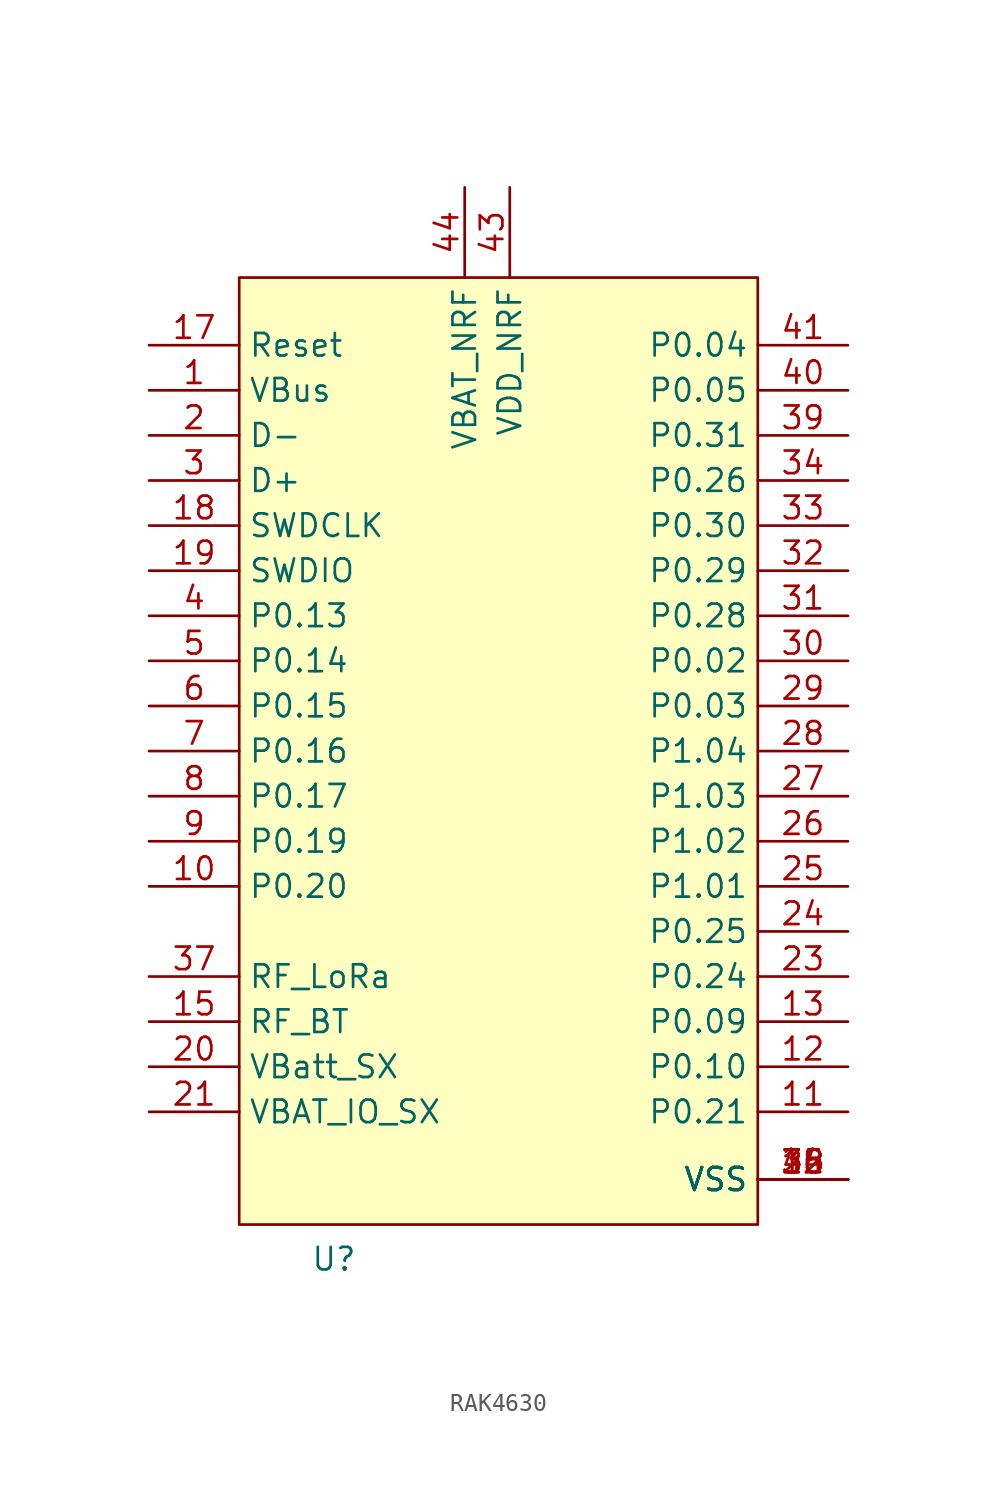
<source format=kicad_sym>
(kicad_symbol_lib
  (version 20231120)
  (generator "kicad_symbol_editor")
  (generator_version "8.0")
  (symbol "RAK4630"
    (property "Reference" "U"
      (at -11.176 -29.886 0)
      (effects (font (size 1.27 1.27))))
    (property "Value" ""
      (at -8.89 8.89 0)
      (effects (font (size 1.27 1.27))))
    (symbol "RAK4630_1_1"
      (rectangle (start -16.51 25.4) (end 12.7 -27.94) (stroke (width 0) (type default)) (fill (type background)))
      (pin input line (at -21.59 19.05 0) (length 5.08) (name "VBus" (effects (font (size 1.27 1.27)))) (number "1" (effects (font (size 1.27 1.27)))))
      (pin input line (at -21.59 -8.89 0) (length 5.08) (name "P0.20" (effects (font (size 1.27 1.27)))) (number "10" (effects (font (size 1.27 1.27)))))
      (pin input line (at 17.78 -21.59 180) (length 5.08) (name "P0.21" (effects (font (size 1.27 1.27)))) (number "11" (effects (font (size 1.27 1.27)))))
      (pin input line (at 17.78 -19.05 180) (length 5.08) (name "P0.10" (effects (font (size 1.27 1.27)))) (number "12" (effects (font (size 1.27 1.27)))))
      (pin input line (at 17.78 -16.51 180) (length 5.08) (name "P0.09" (effects (font (size 1.27 1.27)))) (number "13" (effects (font (size 1.27 1.27)))))
      (pin input line (at 17.78 -25.4 180) (length 5.08) (name "VSS" (effects (font (size 1.27 1.27)))) (number "14" (effects (font (size 1.27 1.27)))))
      (pin input line (at -21.59 -16.51 0) (length 5.08) (name "RF_BT" (effects (font (size 1.27 1.27)))) (number "15" (effects (font (size 1.27 1.27)))))
      (pin input line (at 17.78 -25.4 180) (length 5.08) (name "VSS" (effects (font (size 1.27 1.27)))) (number "16" (effects (font (size 1.27 1.27)))))
      (pin input line (at -21.59 21.59 0) (length 5.08) (name "Reset" (effects (font (size 1.27 1.27)))) (number "17" (effects (font (size 1.27 1.27)))))
      (pin input line (at -21.59 11.43 0) (length 5.08) (name "SWDCLK" (effects (font (size 1.27 1.27)))) (number "18" (effects (font (size 1.27 1.27)))))
      (pin input line (at -21.59 8.89 0) (length 5.08) (name "SWDIO" (effects (font (size 1.27 1.27)))) (number "19" (effects (font (size 1.27 1.27)))))
      (pin input line (at -21.59 16.51 0) (length 5.08) (name "D-" (effects (font (size 1.27 1.27)))) (number "2" (effects (font (size 1.27 1.27)))))
      (pin input line (at -21.59 -19.05 0) (length 5.08) (name "VBatt_SX" (effects (font (size 1.27 1.27)))) (number "20" (effects (font (size 1.27 1.27)))))
      (pin input line (at -21.59 -21.59 0) (length 5.08) (name "VBAT_IO_SX" (effects (font (size 1.27 1.27)))) (number "21" (effects (font (size 1.27 1.27)))))
      (pin input line (at 17.78 -25.4 180) (length 5.08) (name "VSS" (effects (font (size 1.27 1.27)))) (number "22" (effects (font (size 1.27 1.27)))))
      (pin input line (at 17.78 -13.97 180) (length 5.08) (name "P0.24" (effects (font (size 1.27 1.27)))) (number "23" (effects (font (size 1.27 1.27)))))
      (pin input line (at 17.78 -11.43 180) (length 5.08) (name "P0.25" (effects (font (size 1.27 1.27)))) (number "24" (effects (font (size 1.27 1.27)))))
      (pin input line (at 17.78 -8.89 180) (length 5.08) (name "P1.01" (effects (font (size 1.27 1.27)))) (number "25" (effects (font (size 1.27 1.27)))))
      (pin input line (at 17.78 -6.35 180) (length 5.08) (name "P1.02" (effects (font (size 1.27 1.27)))) (number "26" (effects (font (size 1.27 1.27)))))
      (pin input line (at 17.78 -3.81 180) (length 5.08) (name "P1.03" (effects (font (size 1.27 1.27)))) (number "27" (effects (font (size 1.27 1.27)))))
      (pin input line (at 17.78 -1.27 180) (length 5.08) (name "P1.04" (effects (font (size 1.27 1.27)))) (number "28" (effects (font (size 1.27 1.27)))))
      (pin input line (at 17.78 1.27 180) (length 5.08) (name "P0.03" (effects (font (size 1.27 1.27)))) (number "29" (effects (font (size 1.27 1.27)))))
      (pin input line (at -21.59 13.97 0) (length 5.08) (name "D+" (effects (font (size 1.27 1.27)))) (number "3" (effects (font (size 1.27 1.27)))))
      (pin input line (at 17.78 3.81 180) (length 5.08) (name "P0.02" (effects (font (size 1.27 1.27)))) (number "30" (effects (font (size 1.27 1.27)))))
      (pin input line (at 17.78 6.35 180) (length 5.08) (name "P0.28" (effects (font (size 1.27 1.27)))) (number "31" (effects (font (size 1.27 1.27)))))
      (pin input line (at 17.78 8.89 180) (length 5.08) (name "P0.29" (effects (font (size 1.27 1.27)))) (number "32" (effects (font (size 1.27 1.27)))))
      (pin input line (at 17.78 11.43 180) (length 5.08) (name "P0.30" (effects (font (size 1.27 1.27)))) (number "33" (effects (font (size 1.27 1.27)))))
      (pin input line (at 17.78 13.97 180) (length 5.08) (name "P0.26" (effects (font (size 1.27 1.27)))) (number "34" (effects (font (size 1.27 1.27)))))
      (pin input line (at 17.78 -25.4 180) (length 5.08) (name "VSS" (effects (font (size 1.27 1.27)))) (number "35" (effects (font (size 1.27 1.27)))))
      (pin input line (at 17.78 -25.4 180) (length 5.08) (name "VSS" (effects (font (size 1.27 1.27)))) (number "36" (effects (font (size 1.27 1.27)))))
      (pin input line (at -21.59 -13.97 0) (length 5.08) (name "RF_LoRa" (effects (font (size 1.27 1.27)))) (number "37" (effects (font (size 1.27 1.27)))))
      (pin input line (at 17.78 -25.4 180) (length 5.08) (name "VSS" (effects (font (size 1.27 1.27)))) (number "38" (effects (font (size 1.27 1.27)))))
      (pin input line (at 17.78 16.51 180) (length 5.08) (name "P0.31" (effects (font (size 1.27 1.27)))) (number "39" (effects (font (size 1.27 1.27)))))
      (pin input line (at -21.59 6.35 0) (length 5.08) (name "P0.13" (effects (font (size 1.27 1.27)))) (number "4" (effects (font (size 1.27 1.27)))))
      (pin input line (at 17.78 19.05 180) (length 5.08) (name "P0.05" (effects (font (size 1.27 1.27)))) (number "40" (effects (font (size 1.27 1.27)))))
      (pin input line (at 17.78 21.59 180) (length 5.08) (name "P0.04" (effects (font (size 1.27 1.27)))) (number "41" (effects (font (size 1.27 1.27)))))
      (pin input line (at 17.78 -25.4 180) (length 5.08) (name "VSS" (effects (font (size 1.27 1.27)))) (number "42" (effects (font (size 1.27 1.27)))))
      (pin input line (at -1.27 30.48 270) (length 5.08) (name "VDD_NRF" (effects (font (size 1.27 1.27)))) (number "43" (effects (font (size 1.27 1.27)))))
      (pin input line (at -3.81 30.48 270) (length 5.08) (name "VBAT_NRF" (effects (font (size 1.27 1.27)))) (number "44" (effects (font (size 1.27 1.27)))))
      (pin input line (at -21.59 3.81 0) (length 5.08) (name "P0.14" (effects (font (size 1.27 1.27)))) (number "5" (effects (font (size 1.27 1.27)))))
      (pin input line (at -21.59 1.27 0) (length 5.08) (name "P0.15" (effects (font (size 1.27 1.27)))) (number "6" (effects (font (size 1.27 1.27)))))
      (pin input line (at -21.59 -1.27 0) (length 5.08) (name "P0.16" (effects (font (size 1.27 1.27)))) (number "7" (effects (font (size 1.27 1.27)))))
      (pin input line (at -21.59 -3.81 0) (length 5.08) (name "P0.17" (effects (font (size 1.27 1.27)))) (number "8" (effects (font (size 1.27 1.27)))))
      (pin input line (at -21.59 -6.35 0) (length 5.08) (name "P0.19" (effects (font (size 1.27 1.27)))) (number "9" (effects (font (size 1.27 1.27))))))))
</source>
